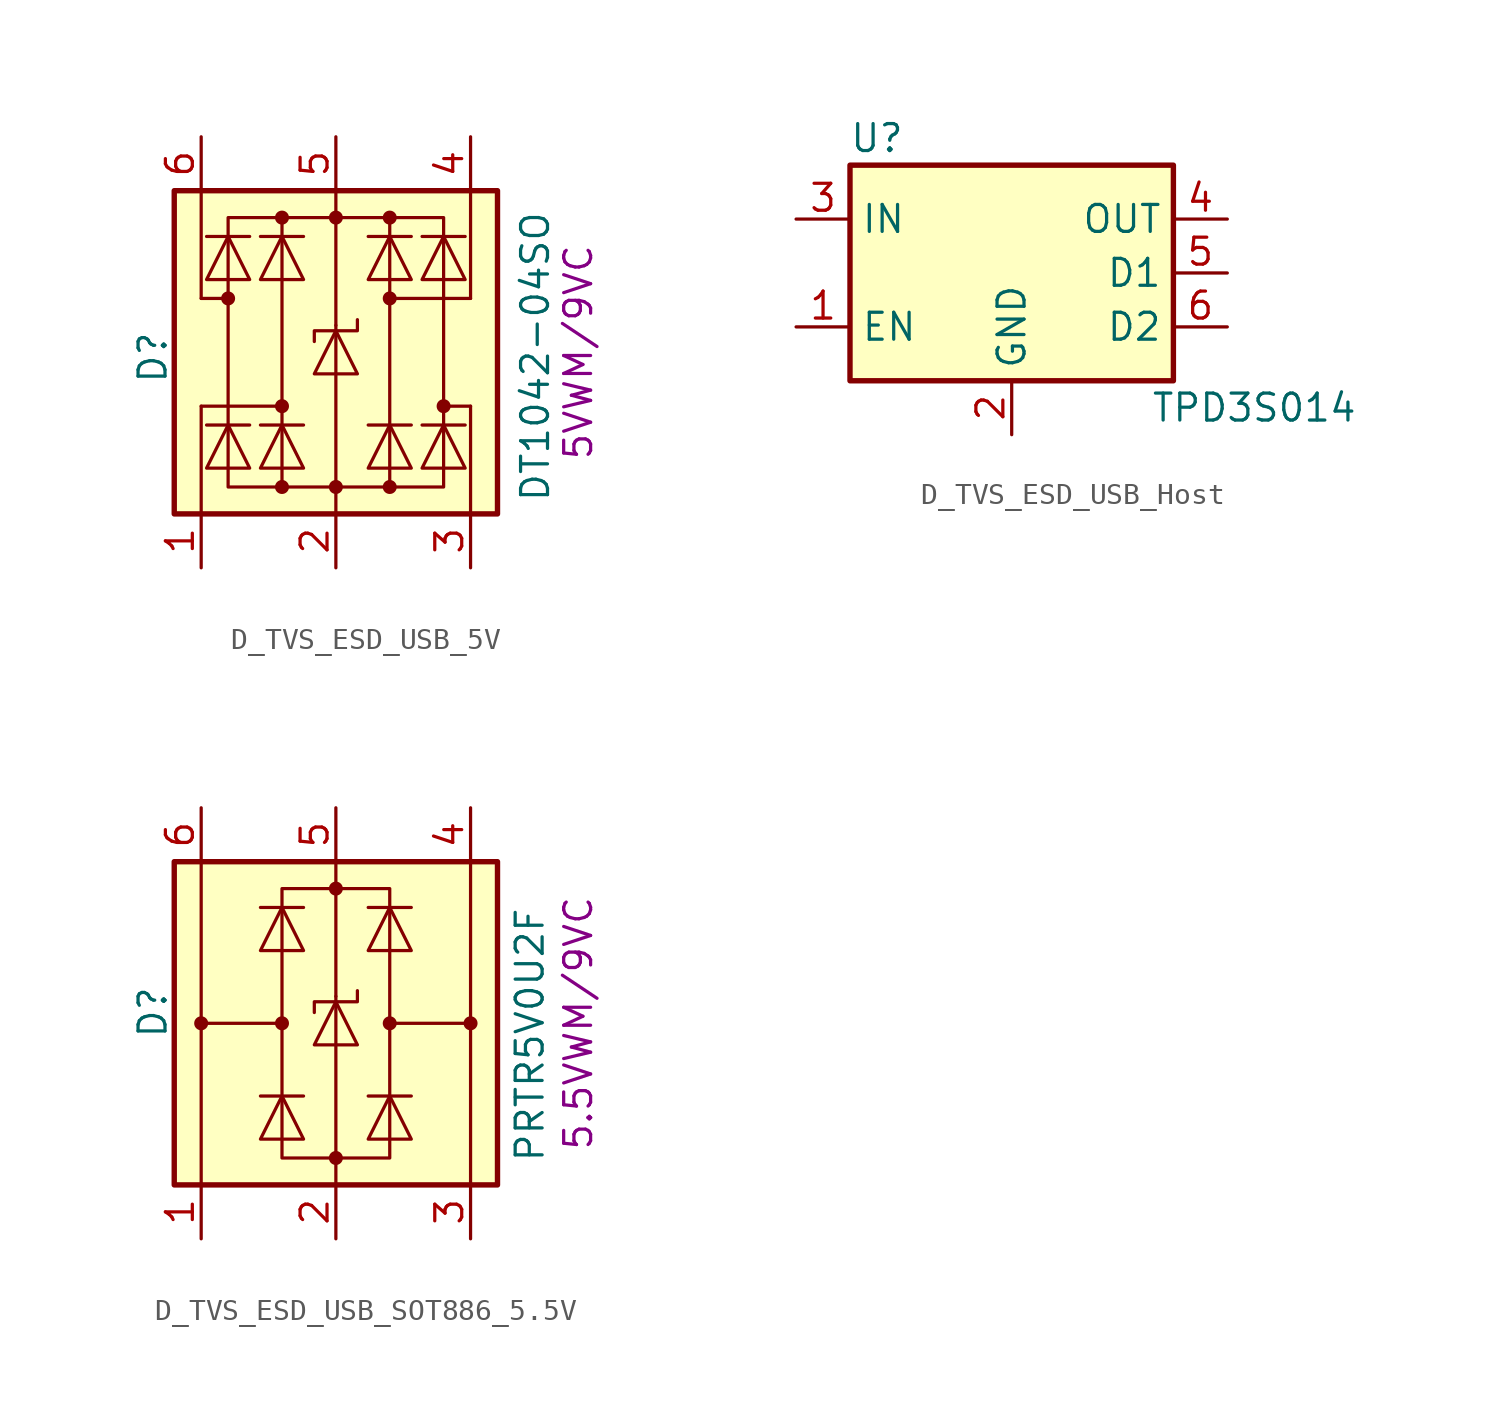
<source format=kicad_sym>
(kicad_symbol_lib
  (version 20231120)
  (generator "kicad_symbol_editor")
  (generator_version "8.0")
  (symbol "D_TVS_ESD_USB_5V"
    (pin_names hide)
    (property "Reference" "D"
      (at -8.636 -2.794 90)
      (effects (font (size 1.27 1.27)) (justify left)))
    (property "Value" "DT1042-04SO"
      (at 9.398 -8.382 90)
      (effects (font (size 1.27 1.27)) (justify left)))
    (property "Rating" "5VWM/9VC"
      (at 11.43 -1.27 90)
      (effects (font (size 1.27 1.27))))
    (symbol "D_TVS_ESD_USB_5V_0_1"
      (circle (center -5.08 1.27) (radius 0.254) (stroke (width 0) (type default)) (fill (type outline)))
      (circle (center -2.54 -7.62) (radius 0.254) (stroke (width 0) (type default)) (fill (type outline)))
      (circle (center -2.54 -3.81) (radius 0.254) (stroke (width 0) (type default)) (fill (type outline)))
      (circle (center -2.54 5.08) (radius 0.254) (stroke (width 0) (type default)) (fill (type outline)))
      (rectangle (start -2.54 5.08) (end 2.54 -7.62) (stroke (width 0) (type default)) (fill (type none)))
      (circle (center 0 -7.62) (radius 0.254) (stroke (width 0) (type default)) (fill (type outline)))
      (polyline (pts (xy -5.08 1.27) (xy -6.35 1.27)) (stroke (width 0) (type default)) (fill (type none)))
      (polyline (pts (xy -4.064 -4.699) (xy -6.096 -4.699)) (stroke (width 0) (type default)) (fill (type none)))
      (polyline (pts (xy -4.064 4.191) (xy -6.096 4.191)) (stroke (width 0) (type default)) (fill (type none)))
      (polyline (pts (xy -2.54 -3.81) (xy -6.35 -3.81)) (stroke (width 0) (type default)) (fill (type none)))
      (polyline (pts (xy -1.524 -4.699) (xy -3.556 -4.699)) (stroke (width 0) (type default)) (fill (type none)))
      (polyline (pts (xy -1.524 4.191) (xy -3.556 4.191)) (stroke (width 0) (type default)) (fill (type none)))
      (polyline (pts (xy 0 -8.89) (xy 0 -7.62)) (stroke (width 0) (type default)) (fill (type none)))
      (polyline (pts (xy 0 -7.62) (xy 0 0)) (stroke (width 0) (type default)) (fill (type none)))
      (polyline (pts (xy 0 0) (xy 0 5.08)) (stroke (width 0) (type default)) (fill (type none)))
      (polyline (pts (xy 0 5.08) (xy 0 6.35)) (stroke (width 0) (type default)) (fill (type none)))
      (polyline (pts (xy 1.524 -4.699) (xy 3.556 -4.699)) (stroke (width 0) (type default)) (fill (type none)))
      (polyline (pts (xy 1.524 4.191) (xy 3.556 4.191)) (stroke (width 0) (type default)) (fill (type none)))
      (polyline (pts (xy 2.54 1.27) (xy 6.35 1.27)) (stroke (width 0) (type default)) (fill (type none)))
      (polyline (pts (xy 4.064 -4.699) (xy 6.096 -4.699)) (stroke (width 0) (type default)) (fill (type none)))
      (polyline (pts (xy 4.064 4.191) (xy 6.096 4.191)) (stroke (width 0) (type default)) (fill (type none)))
      (polyline (pts (xy 5.08 -3.81) (xy 6.35 -3.81)) (stroke (width 0) (type default)) (fill (type none)))
      (polyline (pts (xy -6.096 -6.731) (xy -4.064 -6.731) (xy -5.08 -4.699) (xy -6.096 -6.731)) (stroke (width 0) (type default)) (fill (type none)))
      (polyline (pts (xy -6.096 2.159) (xy -4.064 2.159) (xy -5.08 4.191) (xy -6.096 2.159)) (stroke (width 0) (type default)) (fill (type none)))
      (polyline (pts (xy -3.556 -6.731) (xy -1.524 -6.731) (xy -2.54 -4.699) (xy -3.556 -6.731)) (stroke (width 0) (type default)) (fill (type none)))
      (polyline (pts (xy -3.556 2.159) (xy -1.524 2.159) (xy -2.54 4.191) (xy -3.556 2.159)) (stroke (width 0) (type default)) (fill (type none)))
      (polyline (pts (xy -2.54 5.08) (xy -5.08 5.08) (xy -5.08 -7.62) (xy -2.54 -7.62)) (stroke (width 0) (type default)) (fill (type none)))
      (polyline (pts (xy -1.016 -2.286) (xy 1.016 -2.286) (xy 0 -0.254) (xy -1.016 -2.286)) (stroke (width 0) (type default)) (fill (type none)))
      (polyline (pts (xy 1.015 0.268) (xy 1.015 -0.254) (xy -1.016 -0.254) (xy -1.016 -0.762)) (stroke (width 0) (type default)) (fill (type none)))
      (polyline (pts (xy 2.54 5.08) (xy 5.08 5.08) (xy 5.08 -7.62) (xy 2.54 -7.62)) (stroke (width 0) (type default)) (fill (type none)))
      (polyline (pts (xy 3.556 -6.731) (xy 1.524 -6.731) (xy 2.54 -4.699) (xy 3.556 -6.731)) (stroke (width 0) (type default)) (fill (type none)))
      (polyline (pts (xy 3.556 2.159) (xy 1.524 2.159) (xy 2.54 4.191) (xy 3.556 2.159)) (stroke (width 0) (type default)) (fill (type none)))
      (polyline (pts (xy 6.096 -6.731) (xy 4.064 -6.731) (xy 5.08 -4.699) (xy 6.096 -6.731)) (stroke (width 0) (type default)) (fill (type none)))
      (polyline (pts (xy 6.096 2.159) (xy 4.064 2.159) (xy 5.08 4.191) (xy 6.096 2.159)) (stroke (width 0) (type default)) (fill (type none)))
      (circle (center 0 5.08) (radius 0.254) (stroke (width 0) (type default)) (fill (type outline)))
      (circle (center 2.54 -7.62) (radius 0.254) (stroke (width 0) (type default)) (fill (type outline)))
      (circle (center 2.54 1.27) (radius 0.254) (stroke (width 0) (type default)) (fill (type outline)))
      (circle (center 2.54 5.08) (radius 0.254) (stroke (width 0) (type default)) (fill (type outline)))
      (circle (center 5.08 -3.81) (radius 0.254) (stroke (width 0) (type default)) (fill (type outline))))
    (symbol "D_TVS_ESD_USB_5V_1_1"
      (rectangle (start -7.62 6.35) (end 7.62 -8.89) (stroke (width 0.254) (type default)) (fill (type background)))
      (polyline (pts (xy -6.35 -8.89) (xy -6.35 -3.81)) (stroke (width 0) (type default)) (fill (type none)))
      (polyline (pts (xy -6.35 6.35) (xy -6.35 1.27)) (stroke (width 0) (type default)) (fill (type none)))
      (polyline (pts (xy 6.35 -3.81) (xy 6.35 -8.89)) (stroke (width 0) (type default)) (fill (type none)))
      (polyline (pts (xy 6.35 1.27) (xy 6.35 6.35)) (stroke (width 0) (type default)) (fill (type none)))
      (pin passive line (at -6.35 -11.43 90) (length 2.54) (name "I/O1" (effects (font (size 1.27 1.27)))) (number "1" (effects (font (size 1.27 1.27)))))
      (pin passive line (at 0 -11.43 90) (length 2.54) (name "GND" (effects (font (size 1.27 1.27)))) (number "2" (effects (font (size 1.27 1.27)))))
      (pin passive line (at 6.35 -11.43 90) (length 2.54) (name "I/O2" (effects (font (size 1.27 1.27)))) (number "3" (effects (font (size 1.27 1.27)))))
      (pin passive line (at 6.35 8.89 270) (length 2.54) (name "I/O3" (effects (font (size 1.27 1.27)))) (number "4" (effects (font (size 1.27 1.27)))))
      (pin passive line (at 0 8.89 270) (length 2.54) (name "VCC" (effects (font (size 1.27 1.27)))) (number "5" (effects (font (size 1.27 1.27)))))
      (pin passive line (at -6.35 8.89 270) (length 2.54) (name "I/O4" (effects (font (size 1.27 1.27)))) (number "6" (effects (font (size 1.27 1.27)))))))
  (symbol "D_TVS_ESD_USB_Host"
    (property "Reference" "U"
      (at -6.35 6.35 0)
      (effects (font (size 1.27 1.27))))
    (property "Value" "TPD3S014"
      (at 11.43 -6.35 0)
      (effects (font (size 1.27 1.27))))
    (symbol "D_TVS_ESD_USB_Host_0_1"
      (rectangle (start -7.62 5.08) (end 7.62 -5.08) (stroke (width 0.254) (type default)) (fill (type background))))
    (symbol "D_TVS_ESD_USB_Host_1_1"
      (pin input line (at -10.16 -2.54 0) (length 2.54) (name "EN" (effects (font (size 1.27 1.27)))) (number "1" (effects (font (size 1.27 1.27)))))
      (pin power_in line (at 0 -7.62 90) (length 2.54) (name "GND" (effects (font (size 1.27 1.27)))) (number "2" (effects (font (size 1.27 1.27)))))
      (pin power_in line (at -10.16 2.54 0) (length 2.54) (name "IN" (effects (font (size 1.27 1.27)))) (number "3" (effects (font (size 1.27 1.27)))))
      (pin passive line (at 10.16 2.54 180) (length 2.54) (name "OUT" (effects (font (size 1.27 1.27)))) (number "4" (effects (font (size 1.27 1.27)))))
      (pin passive line (at 10.16 0 180) (length 2.54) (name "D1" (effects (font (size 1.27 1.27)))) (number "5" (effects (font (size 1.27 1.27)))))
      (pin passive line (at 10.16 -2.54 180) (length 2.54) (name "D2" (effects (font (size 1.27 1.27)))) (number "6" (effects (font (size 1.27 1.27)))))))
  (symbol "D_TVS_ESD_USB_SOT886_5.5V"
    (pin_names hide)
    (property "Reference" "D"
      (at -8.636 -0.762 90)
      (effects (font (size 1.27 1.27)) (justify left)))
    (property "Value" "PRTR5V0U2F"
      (at 9.144 -6.604 90)
      (effects (font (size 1.27 1.27)) (justify left)))
    (property "Rating" "5.5VWM/9VC"
      (at 11.43 0 90)
      (effects (font (size 1.27 1.27))))
    (symbol "D_TVS_ESD_USB_SOT886_5.5V_0_1"
      (circle (center -6.35 0) (radius 0.254) (stroke (width 0) (type default)) (fill (type outline)))
      (rectangle (start -2.54 -6.35) (end 2.54 6.35) (stroke (width 0) (type default)) (fill (type none)))
      (circle (center -2.54 0) (radius 0.254) (stroke (width 0) (type default)) (fill (type outline)))
      (circle (center 0 -6.35) (radius 0.254) (stroke (width 0) (type default)) (fill (type outline)))
      (polyline (pts (xy -2.54 0) (xy -6.35 0)) (stroke (width 0) (type default)) (fill (type none)))
      (polyline (pts (xy -1.524 -3.429) (xy -3.556 -3.429)) (stroke (width 0) (type default)) (fill (type none)))
      (polyline (pts (xy -1.524 5.461) (xy -3.556 5.461)) (stroke (width 0) (type default)) (fill (type none)))
      (polyline (pts (xy 0 -7.62) (xy 0 -6.35)) (stroke (width 0) (type default)) (fill (type none)))
      (polyline (pts (xy 0 -6.35) (xy 0 1.27)) (stroke (width 0) (type default)) (fill (type none)))
      (polyline (pts (xy 0 1.27) (xy 0 6.35)) (stroke (width 0) (type default)) (fill (type none)))
      (polyline (pts (xy 0 6.35) (xy 0 7.62)) (stroke (width 0) (type default)) (fill (type none)))
      (polyline (pts (xy 1.524 -3.429) (xy 3.556 -3.429)) (stroke (width 0) (type default)) (fill (type none)))
      (polyline (pts (xy 1.524 5.461) (xy 3.556 5.461)) (stroke (width 0) (type default)) (fill (type none)))
      (polyline (pts (xy 2.54 0) (xy 6.35 0)) (stroke (width 0) (type default)) (fill (type none)))
      (polyline (pts (xy -3.556 -5.461) (xy -1.524 -5.461) (xy -2.54 -3.429) (xy -3.556 -5.461)) (stroke (width 0) (type default)) (fill (type none)))
      (polyline (pts (xy -3.556 3.429) (xy -1.524 3.429) (xy -2.54 5.461) (xy -3.556 3.429)) (stroke (width 0) (type default)) (fill (type none)))
      (polyline (pts (xy -1.016 -1.016) (xy 1.016 -1.016) (xy 0 1.016) (xy -1.016 -1.016)) (stroke (width 0) (type default)) (fill (type none)))
      (polyline (pts (xy 1.015 1.538) (xy 1.015 1.016) (xy -1.016 1.016) (xy -1.016 0.508)) (stroke (width 0) (type default)) (fill (type none)))
      (polyline (pts (xy 3.556 -5.461) (xy 1.524 -5.461) (xy 2.54 -3.429) (xy 3.556 -5.461)) (stroke (width 0) (type default)) (fill (type none)))
      (polyline (pts (xy 3.556 3.429) (xy 1.524 3.429) (xy 2.54 5.461) (xy 3.556 3.429)) (stroke (width 0) (type default)) (fill (type none)))
      (circle (center 0 6.35) (radius 0.254) (stroke (width 0) (type default)) (fill (type outline)))
      (circle (center 2.54 0) (radius 0.254) (stroke (width 0) (type default)) (fill (type outline)))
      (circle (center 6.35 0) (radius 0.254) (stroke (width 0) (type default)) (fill (type outline))))
    (symbol "D_TVS_ESD_USB_SOT886_5.5V_1_1"
      (rectangle (start -7.62 -7.62) (end 7.62 7.62) (stroke (width 0.254) (type default)) (fill (type background)))
      (polyline (pts (xy -6.35 -7.62) (xy -6.35 0)) (stroke (width 0) (type default)) (fill (type none)))
      (polyline (pts (xy -6.35 7.62) (xy -6.35 0)) (stroke (width 0) (type default)) (fill (type none)))
      (polyline (pts (xy 6.35 0) (xy 6.35 -7.62)) (stroke (width 0) (type default)) (fill (type none)))
      (polyline (pts (xy 6.35 0) (xy 6.35 7.62)) (stroke (width 0) (type default)) (fill (type none)))
      (pin passive line (at -6.35 -10.16 90) (length 2.54) (name "I/O1" (effects (font (size 1.27 1.27)))) (number "1" (effects (font (size 1.27 1.27)))))
      (pin passive line (at 0 -10.16 90) (length 2.54) (name "GND" (effects (font (size 1.27 1.27)))) (number "2" (effects (font (size 1.27 1.27)))))
      (pin passive line (at 6.35 -10.16 90) (length 2.54) (name "I/O2" (effects (font (size 1.27 1.27)))) (number "3" (effects (font (size 1.27 1.27)))))
      (pin passive line (at 6.35 10.16 270) (length 2.54) (name "I/O3" (effects (font (size 1.27 1.27)))) (number "4" (effects (font (size 1.27 1.27)))))
      (pin passive line (at 0 10.16 270) (length 2.54) (name "VCC" (effects (font (size 1.27 1.27)))) (number "5" (effects (font (size 1.27 1.27)))))
      (pin passive line (at -6.35 10.16 270) (length 2.54) (name "I/O4" (effects (font (size 1.27 1.27)))) (number "6" (effects (font (size 1.27 1.27))))))))
</source>
